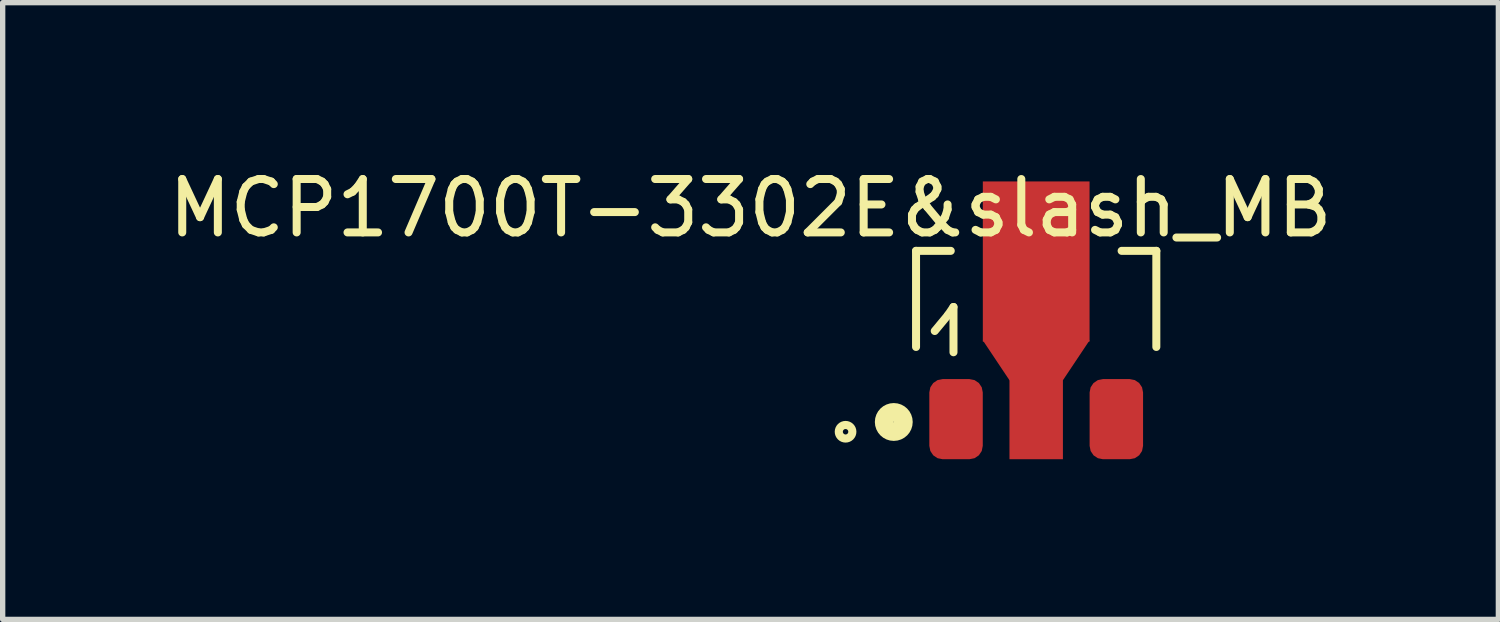
<source format=kicad_pcb>
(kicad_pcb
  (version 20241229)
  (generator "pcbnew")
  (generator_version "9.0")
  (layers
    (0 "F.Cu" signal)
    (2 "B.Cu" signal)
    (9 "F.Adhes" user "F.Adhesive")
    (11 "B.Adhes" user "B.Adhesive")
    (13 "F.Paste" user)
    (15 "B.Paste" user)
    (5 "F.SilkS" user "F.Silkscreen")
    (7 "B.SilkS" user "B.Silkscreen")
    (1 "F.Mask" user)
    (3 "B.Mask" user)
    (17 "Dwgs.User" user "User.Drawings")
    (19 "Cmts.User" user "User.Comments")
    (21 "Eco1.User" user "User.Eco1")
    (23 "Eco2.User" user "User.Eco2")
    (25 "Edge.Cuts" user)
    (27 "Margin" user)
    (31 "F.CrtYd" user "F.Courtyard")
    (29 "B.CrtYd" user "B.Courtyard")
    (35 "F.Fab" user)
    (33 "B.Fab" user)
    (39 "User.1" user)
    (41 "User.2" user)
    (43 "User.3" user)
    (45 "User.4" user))
  (footprint "MCP1700T-3302E&slash_MB"
    (layer "F.Cu")
    (at 16.356 2.898)
    (property "Reference" "MCP1700T-3302E&slash_MB" (at -5.35 -2.05 0) (layer "F.SilkS") (effects (font (size 1 1) (thickness 0.15))))
    (attr through_hole)
    (fp_line (start -2.25 -1.25) (end -2.25 0.55) (stroke (width 0.15) (type solid)) (layer "F.SilkS"))
    (fp_line (start -2.25 -1.25) (end -1.6 -1.25) (stroke (width 0.15) (type solid)) (layer "F.SilkS"))
    (fp_line (start -1.9 0.251) (end -1.651 -0.049) (stroke (width 0.15) (type solid)) (layer "F.SilkS"))
    (fp_line (start -1.651 -0.049) (end -1.549 -0.199) (stroke (width 0.15) (type solid)) (layer "F.SilkS"))
    (fp_line (start -1.549 -0.199) (end -1.549 0.649) (stroke (width 0.15) (type solid)) (layer "F.SilkS"))
    (fp_line (start 2.25 -1.25) (end 1.6 -1.25) (stroke (width 0.15) (type solid)) (layer "F.SilkS"))
    (fp_line (start 2.25 -1.25) (end 2.25 0.55) (stroke (width 0.15) (type solid)) (layer "F.SilkS"))
    (fp_circle (center -3.57 2.138) (end -3.443 2.138) (stroke (width 0.152) (type solid)) (fill no) (layer "F.SilkS"))
    (fp_circle (center -2.667 1.955) (end -2.54 2.082) (stroke (width 0.35) (type solid)) (fill no) (layer "F.SilkS"))
    (pad "1" smd roundrect (at -1.501 1.902) (size 1.001 1.501) (layers "F.Cu" "F.Mask" "F.Paste") (roundrect_rratio 0.25))
    (pad "2" smd rect (at 0 -1.05) (size 1.999 3) (layers "F.Cu" "F.Mask" "F.Paste"))
    (pad "2" smd trapezoid (at 0 0.799 180) (size 1.501 0.749) (rect_delta 0 0.5) (layers "F.Cu" "F.Mask" "F.Paste"))
    (pad "2" smd rect (at 0 1.902) (size 1.001 1.501) (layers "F.Cu" "F.Mask" "F.Paste"))
    (pad "3" smd roundrect (at 1.501 1.902) (size 1.001 1.501) (layers "F.Cu" "F.Mask" "F.Paste") (roundrect_rratio 0.25)))
  (gr_rect
    (start -3 -3)
    (end 25.012 8.55)
    (stroke (width 0.1) (type default))
    (fill no)
    (layer "Edge.Cuts")))
</source>
